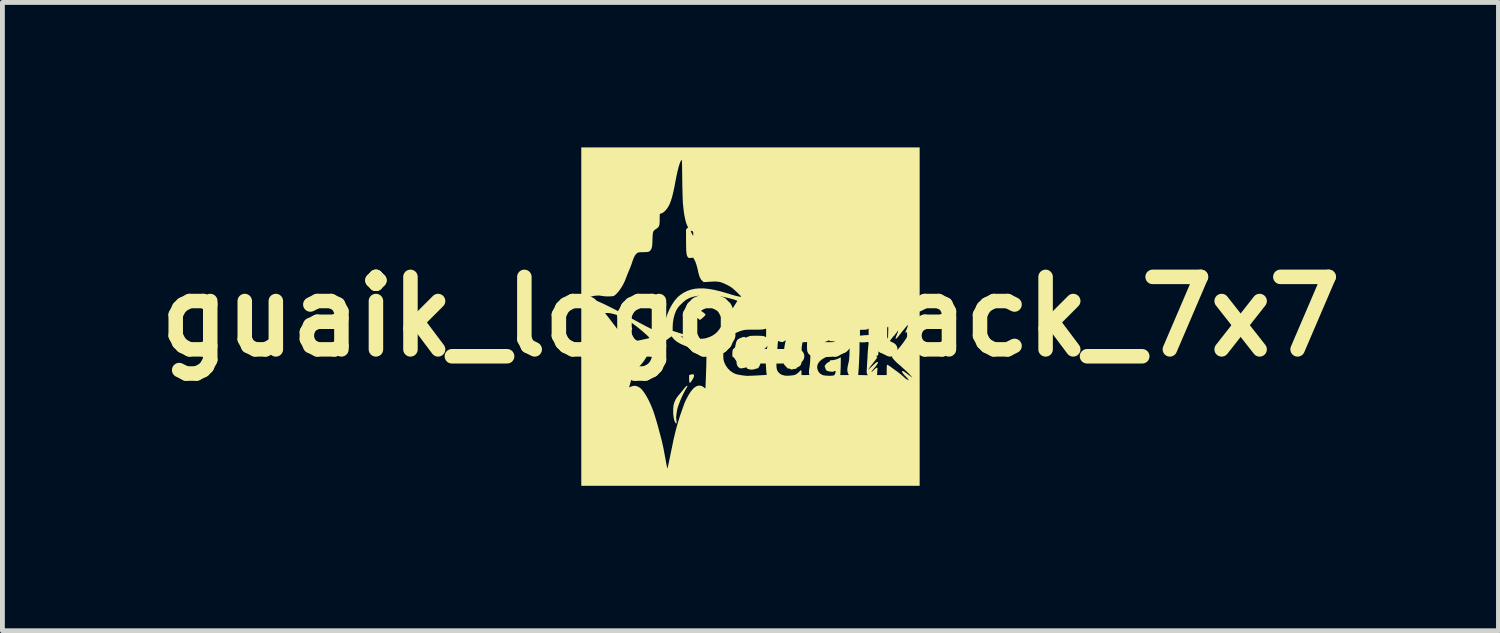
<source format=kicad_pcb>
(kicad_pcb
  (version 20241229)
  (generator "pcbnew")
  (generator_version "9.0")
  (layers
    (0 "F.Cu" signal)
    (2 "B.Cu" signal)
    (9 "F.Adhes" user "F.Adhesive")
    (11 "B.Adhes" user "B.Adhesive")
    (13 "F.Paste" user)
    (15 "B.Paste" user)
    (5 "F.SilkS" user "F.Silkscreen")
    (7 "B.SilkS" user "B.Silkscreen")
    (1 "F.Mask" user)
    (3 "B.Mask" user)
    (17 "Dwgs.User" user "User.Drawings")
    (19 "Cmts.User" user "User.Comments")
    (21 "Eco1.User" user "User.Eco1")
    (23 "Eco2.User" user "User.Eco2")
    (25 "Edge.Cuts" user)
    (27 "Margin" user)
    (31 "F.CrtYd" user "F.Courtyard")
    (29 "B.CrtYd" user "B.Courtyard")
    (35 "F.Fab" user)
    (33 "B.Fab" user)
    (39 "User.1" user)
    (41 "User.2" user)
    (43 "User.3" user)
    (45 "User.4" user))
  (footprint "guaik_logo_black_7x7"
    (layer "F.Cu")
    (at 12.479 3.501)
    (property "Reference" "guaik_logo_black_7x7" (at 0 0 0) (layer "F.SilkS") (effects (font (size 1.5 1.5) (thickness 0.3))))
    (attr board_only exclude_from_pos_files exclude_from_bom)
    (fp_poly (pts (xy -1.18 1.197) (xy -1.168 1.211) (xy -1.169 1.237) (xy -1.183 1.273) (xy -1.209 1.318) (xy -1.209 1.319) (xy -1.231 1.351) (xy -1.248 1.368) (xy -1.259 1.37) (xy -1.265 1.356) (xy -1.268 1.326) (xy -1.269 1.291) (xy -1.269 1.211) (xy -1.239 1.201) (xy -1.203 1.193)) (stroke (width 0) (type solid)) (fill yes) (layer "F.SilkS"))
    (fp_poly (pts (xy -2.529 0.186) (xy -2.507 0.196) (xy -2.482 0.21) (xy -2.461 0.226) (xy -2.449 0.239) (xy -2.449 0.252) (xy -2.459 0.27) (xy -2.476 0.287) (xy -2.493 0.297) (xy -2.501 0.298) (xy -2.516 0.301) (xy -2.521 0.307) (xy -2.527 0.315) (xy -2.541 0.313) (xy -2.561 0.302) (xy -2.582 0.283) (xy -2.584 0.281) (xy -2.601 0.261) (xy -2.613 0.245) (xy -2.615 0.239) (xy -2.608 0.229) (xy -2.592 0.214) (xy -2.571 0.199) (xy -2.551 0.187) (xy -2.544 0.184)) (stroke (width 0) (type solid)) (fill yes) (layer "F.SilkS"))
    (fp_poly (pts (xy -1.031 -0.123) (xy -1.01 -0.11) (xy -0.985 -0.093) (xy -0.961 -0.074) (xy -0.941 -0.056) (xy -0.93 -0.043) (xy -0.928 -0.04) (xy -0.934 -0.03) (xy -0.95 -0.012) (xy -0.972 0.01) (xy -0.996 0.032) (xy -1.019 0.051) (xy -1.037 0.064) (xy -1.045 0.068) (xy -1.058 0.062) (xy -1.067 0.051) (xy -1.085 0.037) (xy -1.105 0.034) (xy -1.126 0.03) (xy -1.145 0.016) (xy -1.155 0.004) (xy -1.178 -0.026) (xy -1.158 -0.048) (xy -1.135 -0.069) (xy -1.109 -0.09) (xy -1.082 -0.109) (xy -1.059 -0.123) (xy -1.045 -0.128)) (stroke (width 0) (type solid)) (fill yes) (layer "F.SilkS"))
    (fp_poly (pts (xy -1.306 1.433) (xy -1.305 1.442) (xy -1.313 1.459) (xy -1.327 1.483) (xy -1.356 1.533) (xy -1.388 1.594) (xy -1.42 1.662) (xy -1.45 1.732) (xy -1.477 1.8) (xy -1.499 1.862) (xy -1.511 1.904) (xy -1.518 1.934) (xy -1.524 1.971) (xy -1.53 2.01) (xy -1.535 2.048) (xy -1.537 2.08) (xy -1.538 2.102) (xy -1.537 2.107) (xy -1.535 2.12) (xy -1.532 2.145) (xy -1.53 2.166) (xy -1.528 2.197) (xy -1.532 2.212) (xy -1.54 2.212) (xy -1.554 2.195) (xy -1.555 2.194) (xy -1.574 2.155) (xy -1.587 2.102) (xy -1.596 2.033) (xy -1.599 1.997) (xy -1.599 1.909) (xy -1.591 1.832) (xy -1.571 1.764) (xy -1.541 1.701) (xy -1.498 1.641) (xy -1.486 1.627) (xy -1.458 1.594) (xy -1.426 1.555) (xy -1.394 1.516) (xy -1.383 1.501) (xy -1.359 1.472) (xy -1.337 1.449) (xy -1.322 1.434) (xy -1.315 1.431)) (stroke (width 0) (type solid)) (fill yes) (layer "F.SilkS"))
    (fp_poly (pts (xy 3.501 0) (xy 3.501 3.501) (xy 0 3.501) (xy -3.501 3.501) (xy -3.501 1.464) (xy -2.509 1.464) (xy -2.5 1.462) (xy -2.482 1.454) (xy -2.471 1.449) (xy -2.423 1.433) (xy -2.374 1.434) (xy -2.324 1.451) (xy -2.275 1.483) (xy -2.254 1.503) (xy -2.219 1.545) (xy -2.181 1.6) (xy -2.141 1.667) (xy -2.102 1.741) (xy -2.065 1.82) (xy -2.031 1.901) (xy -2.001 1.982) (xy -1.999 1.989) (xy -1.976 2.061) (xy -1.951 2.143) (xy -1.925 2.232) (xy -1.9 2.324) (xy -1.875 2.416) (xy -1.851 2.506) (xy -1.83 2.591) (xy -1.813 2.667) (xy -1.799 2.731) (xy -1.794 2.756) (xy -1.782 2.824) (xy -1.769 2.892) (xy -1.757 2.956) (xy -1.747 3.014) (xy -1.737 3.064) (xy -1.73 3.103) (xy -1.725 3.129) (xy -1.724 3.138) (xy -1.721 3.14) (xy -1.716 3.128) (xy -1.708 3.101) (xy -1.698 3.059) (xy -1.686 3.002) (xy -1.67 2.928) (xy -1.668 2.917) (xy -1.654 2.848) (xy -1.64 2.779) (xy -1.626 2.714) (xy -1.614 2.655) (xy -1.604 2.606) (xy -1.597 2.57) (xy -1.597 2.569) (xy -1.574 2.47) (xy -1.548 2.362) (xy -1.518 2.252) (xy -1.486 2.143) (xy -1.454 2.042) (xy -1.426 1.962) (xy -1.411 1.92) (xy -1.396 1.878) (xy -1.384 1.842) (xy -1.379 1.828) (xy -1.36 1.779) (xy -1.333 1.721) (xy -1.302 1.661) (xy -1.269 1.604) (xy -1.238 1.555) (xy -1.235 1.552) (xy -1.19 1.496) (xy -1.144 1.456) (xy -1.097 1.433) (xy -1.052 1.427) (xy -1.006 1.437) (xy -0.963 1.464) (xy -0.932 1.489) (xy -0.921 1.219) (xy -0.919 1.148) (xy -0.916 1.077) (xy -0.914 1.01) (xy -0.913 0.95) (xy -0.912 0.9) (xy -0.911 0.863) (xy -0.911 0.855) (xy -0.911 0.81) (xy -0.562 0.81) (xy -0.561 0.847) (xy -0.559 0.876) (xy -0.555 0.901) (xy -0.548 0.926) (xy -0.545 0.939) (xy -0.514 1.008) (xy -0.47 1.071) (xy -0.416 1.125) (xy -0.353 1.167) (xy -0.318 1.183) (xy -0.281 1.195) (xy -0.233 1.205) (xy -0.178 1.215) (xy -0.123 1.222) (xy -0.073 1.226) (xy -0.064 1.226) (xy -0.039 1.226) (xy -0.002 1.224) (xy 0.046 1.223) (xy 0.1 1.22) (xy 0.157 1.217) (xy 0.162 1.217) (xy 0.337 1.206) (xy 0.33 1.155) (xy 0.327 1.126) (xy 0.324 1.086) (xy 0.321 1.039) (xy 0.319 1.005) (xy 0.537 1.005) (xy 0.54 1.061) (xy 0.55 1.105) (xy 0.569 1.14) (xy 0.597 1.171) (xy 0.599 1.173) (xy 0.625 1.192) (xy 0.654 1.206) (xy 0.662 1.209) (xy 0.688 1.215) (xy 0.709 1.221) (xy 0.711 1.221) (xy 0.734 1.224) (xy 0.769 1.224) (xy 0.81 1.222) (xy 0.852 1.218) (xy 0.89 1.213) (xy 0.918 1.206) (xy 0.921 1.205) (xy 0.963 1.183) (xy 1.001 1.149) (xy 1.022 1.128) (xy 1.039 1.113) (xy 1.048 1.107) (xy 1.052 1.115) (xy 1.055 1.135) (xy 1.056 1.158) (xy 1.056 1.21) (xy 1.143 1.21) (xy 1.183 1.209) (xy 1.208 1.208) (xy 1.22 1.205) (xy 1.221 1.201) (xy 1.22 1.199) (xy 1.213 1.182) (xy 1.21 1.153) (xy 1.212 1.114) (xy 1.218 1.07) (xy 1.222 1.055) (xy 1.223 1.045) (xy 1.38 1.045) (xy 1.388 1.099) (xy 1.41 1.145) (xy 1.444 1.182) (xy 1.489 1.208) (xy 1.509 1.214) (xy 1.544 1.22) (xy 1.588 1.223) (xy 1.635 1.225) (xy 1.678 1.224) (xy 1.712 1.22) (xy 1.716 1.219) (xy 1.736 1.21) (xy 1.749 1.189) (xy 1.751 1.184) (xy 1.761 1.152) (xy 1.761 1.133) (xy 1.753 1.125) (xy 1.746 1.124) (xy 1.732 1.128) (xy 1.729 1.133) (xy 1.721 1.138) (xy 1.701 1.141) (xy 1.672 1.14) (xy 1.638 1.137) (xy 1.619 1.133) (xy 1.583 1.121) (xy 1.56 1.099) (xy 1.55 1.072) (xy 1.55 1.069) (xy 1.546 1.052) (xy 1.54 1.046) (xy 1.534 1.039) (xy 1.538 1.024) (xy 1.541 1.015) (xy 1.56 0.986) (xy 1.587 0.959) (xy 1.617 0.942) (xy 1.623 0.94) (xy 1.64 0.93) (xy 1.644 0.919) (xy 1.647 0.909) (xy 1.657 0.904) (xy 1.68 0.903) (xy 1.685 0.903) (xy 1.722 0.899) (xy 1.764 0.889) (xy 1.805 0.875) (xy 1.838 0.859) (xy 1.842 0.856) (xy 1.858 0.847) (xy 1.867 0.843) (xy 1.868 0.851) (xy 1.869 0.873) (xy 1.869 0.907) (xy 1.869 0.948) (xy 1.868 0.995) (xy 1.867 1.044) (xy 1.865 1.092) (xy 1.863 1.137) (xy 1.862 1.161) (xy 1.858 1.21) (xy 1.947 1.21) (xy 2.036 1.21) (xy 2.036 1.209) (xy 2.229 1.209) (xy 2.326 1.211) (xy 2.365 1.212) (xy 2.397 1.213) (xy 2.418 1.213) (xy 2.426 1.212) (xy 2.424 1.205) (xy 2.415 1.19) (xy 2.407 1.172) (xy 2.404 1.145) (xy 2.406 1.115) (xy 2.406 1.103) (xy 2.434 1.103) (xy 2.471 1.069) (xy 2.496 1.046) (xy 2.527 1.017) (xy 2.558 0.988) (xy 2.561 0.985) (xy 2.593 0.956) (xy 2.616 0.942) (xy 2.627 0.94) (xy 2.635 0.944) (xy 2.639 0.949) (xy 2.638 0.957) (xy 2.631 0.971) (xy 2.618 0.992) (xy 2.596 1.021) (xy 2.565 1.061) (xy 2.544 1.086) (xy 2.519 1.12) (xy 2.505 1.14) (xy 2.503 1.149) (xy 2.512 1.144) (xy 2.532 1.127) (xy 2.559 1.099) (xy 2.588 1.072) (xy 2.608 1.059) (xy 2.621 1.057) (xy 2.626 1.063) (xy 2.627 1.074) (xy 2.627 1.097) (xy 2.625 1.129) (xy 2.624 1.139) (xy 2.619 1.21) (xy 2.719 1.21) (xy 2.819 1.21) (xy 2.819 1.103) (xy 2.82 1.057) (xy 2.821 1.026) (xy 2.823 1.007) (xy 2.827 0.998) (xy 2.831 0.997) (xy 2.838 0.999) (xy 2.852 1.007) (xy 2.874 1.021) (xy 2.904 1.042) (xy 2.944 1.071) (xy 2.995 1.109) (xy 3.059 1.155) (xy 3.074 1.167) (xy 3.11 1.195) (xy 3.148 1.227) (xy 3.18 1.256) (xy 3.185 1.26) (xy 3.21 1.283) (xy 3.231 1.298) (xy 3.245 1.305) (xy 3.247 1.305) (xy 3.262 1.308) (xy 3.267 1.312) (xy 3.275 1.318) (xy 3.278 1.316) (xy 3.274 1.309) (xy 3.261 1.292) (xy 3.24 1.268) (xy 3.218 1.245) (xy 3.181 1.207) (xy 3.156 1.177) (xy 3.141 1.154) (xy 3.135 1.137) (xy 3.135 1.133) (xy 3.14 1.125) (xy 3.157 1.128) (xy 3.184 1.142) (xy 3.21 1.161) (xy 3.244 1.186) (xy 3.281 1.214) (xy 3.305 1.231) (xy 3.352 1.265) (xy 3.324 1.231) (xy 3.304 1.209) (xy 3.275 1.178) (xy 3.238 1.142) (xy 3.196 1.103) (xy 3.153 1.063) (xy 3.111 1.025) (xy 3.073 0.992) (xy 3.059 0.981) (xy 3.018 0.944) (xy 2.979 0.904) (xy 2.946 0.864) (xy 2.927 0.837) (xy 2.93 0.825) (xy 2.944 0.803) (xy 2.971 0.77) (xy 2.987 0.752) (xy 3.055 0.674) (xy 3.116 0.6) (xy 3.169 0.53) (xy 3.213 0.466) (xy 3.246 0.411) (xy 3.264 0.375) (xy 3.277 0.344) (xy 3.29 0.31) (xy 3.302 0.276) (xy 3.311 0.246) (xy 3.317 0.225) (xy 3.318 0.215) (xy 3.318 0.215) (xy 3.312 0.22) (xy 3.3 0.236) (xy 3.282 0.261) (xy 3.275 0.272) (xy 3.25 0.307) (xy 3.23 0.327) (xy 3.219 0.332) (xy 3.207 0.331) (xy 3.204 0.325) (xy 3.21 0.31) (xy 3.216 0.296) (xy 3.227 0.273) (xy 3.238 0.245) (xy 3.248 0.217) (xy 3.256 0.192) (xy 3.259 0.176) (xy 3.259 0.173) (xy 3.252 0.177) (xy 3.238 0.192) (xy 3.218 0.215) (xy 3.211 0.223) (xy 3.188 0.251) (xy 3.166 0.278) (xy 3.15 0.296) (xy 3.148 0.298) (xy 3.135 0.314) (xy 3.115 0.34) (xy 3.091 0.371) (xy 3.08 0.386) (xy 3.05 0.424) (xy 3.028 0.448) (xy 3.013 0.459) (xy 3.003 0.458) (xy 3.002 0.458) (xy 3.003 0.449) (xy 3.009 0.428) (xy 3.019 0.399) (xy 3.023 0.391) (xy 3.04 0.345) (xy 3.052 0.313) (xy 3.057 0.295) (xy 3.056 0.29) (xy 3.049 0.296) (xy 3.036 0.313) (xy 3.018 0.337) (xy 3.015 0.341) (xy 2.995 0.367) (xy 2.979 0.388) (xy 2.969 0.398) (xy 2.968 0.399) (xy 2.958 0.408) (xy 2.943 0.427) (xy 2.923 0.452) (xy 2.904 0.478) (xy 2.886 0.503) (xy 2.874 0.521) (xy 2.87 0.529) (xy 2.864 0.536) (xy 2.857 0.537) (xy 2.852 0.535) (xy 2.849 0.529) (xy 2.847 0.517) (xy 2.846 0.496) (xy 2.846 0.465) (xy 2.847 0.421) (xy 2.849 0.364) (xy 2.851 0.304) (xy 2.852 0.259) (xy 2.851 0.229) (xy 2.849 0.212) (xy 2.845 0.206) (xy 2.839 0.211) (xy 2.83 0.225) (xy 2.818 0.246) (xy 2.797 0.271) (xy 2.767 0.285) (xy 2.726 0.288) (xy 2.708 0.287) (xy 2.66 0.283) (xy 2.654 0.51) (xy 2.652 0.589) (xy 2.651 0.652) (xy 2.649 0.702) (xy 2.648 0.74) (xy 2.646 0.767) (xy 2.644 0.786) (xy 2.641 0.798) (xy 2.638 0.804) (xy 2.634 0.807) (xy 2.628 0.808) (xy 2.621 0.809) (xy 2.62 0.809) (xy 2.604 0.813) (xy 2.602 0.818) (xy 2.609 0.825) (xy 2.621 0.837) (xy 2.623 0.843) (xy 2.619 0.852) (xy 2.606 0.871) (xy 2.587 0.897) (xy 2.565 0.927) (xy 2.541 0.957) (xy 2.519 0.986) (xy 2.501 1.008) (xy 2.492 1.019) (xy 2.479 1.036) (xy 2.462 1.06) (xy 2.456 1.069) (xy 2.434 1.103) (xy 2.406 1.103) (xy 2.407 1.089) (xy 2.41 1.05) (xy 2.412 1.002) (xy 2.415 0.947) (xy 2.418 0.89) (xy 2.419 0.886) (xy 2.422 0.827) (xy 2.425 0.768) (xy 2.429 0.713) (xy 2.433 0.666) (xy 2.436 0.633) (xy 2.441 0.587) (xy 2.444 0.557) (xy 2.443 0.538) (xy 2.438 0.528) (xy 2.426 0.525) (xy 2.408 0.527) (xy 2.387 0.53) (xy 2.351 0.533) (xy 2.316 0.534) (xy 2.293 0.533) (xy 2.257 0.528) (xy 2.257 0.641) (xy 2.256 0.699) (xy 2.254 0.77) (xy 2.251 0.849) (xy 2.247 0.933) (xy 2.243 1.016) (xy 2.238 1.095) (xy 2.235 1.134) (xy 2.229 1.209) (xy 2.036 1.209) (xy 2.022 1.183) (xy 2.009 1.145) (xy 2.004 1.101) (xy 2.009 1.048) (xy 2.022 0.983) (xy 2.023 0.98) (xy 2.031 0.948) (xy 2.037 0.92) (xy 2.041 0.891) (xy 2.044 0.858) (xy 2.047 0.818) (xy 2.049 0.768) (xy 2.05 0.705) (xy 2.051 0.696) (xy 2.052 0.641) (xy 2.052 0.592) (xy 2.053 0.551) (xy 2.052 0.521) (xy 2.052 0.505) (xy 2.051 0.503) (xy 2.041 0.506) (xy 2.023 0.514) (xy 2.02 0.516) (xy 1.995 0.524) (xy 1.964 0.526) (xy 1.94 0.525) (xy 1.911 0.523) (xy 1.871 0.52) (xy 1.823 0.517) (xy 1.773 0.515) (xy 1.76 0.514) (xy 1.709 0.512) (xy 1.672 0.509) (xy 1.648 0.506) (xy 1.634 0.502) (xy 1.63 0.497) (xy 1.622 0.49) (xy 1.615 0.494) (xy 1.6 0.502) (xy 1.577 0.512) (xy 1.567 0.515) (xy 1.54 0.527) (xy 1.519 0.539) (xy 1.514 0.543) (xy 1.496 0.566) (xy 1.481 0.598) (xy 1.474 0.629) (xy 1.474 0.635) (xy 1.476 0.649) (xy 1.485 0.651) (xy 1.494 0.648) (xy 1.511 0.643) (xy 1.541 0.638) (xy 1.578 0.633) (xy 1.607 0.63) (xy 1.647 0.625) (xy 1.682 0.619) (xy 1.708 0.613) (xy 1.718 0.608) (xy 1.747 0.598) (xy 1.778 0.599) (xy 1.804 0.611) (xy 1.806 0.613) (xy 1.824 0.626) (xy 1.84 0.63) (xy 1.858 0.638) (xy 1.869 0.659) (xy 1.872 0.69) (xy 1.87 0.711) (xy 1.864 0.737) (xy 1.851 0.756) (xy 1.829 0.772) (xy 1.796 0.785) (xy 1.761 0.796) (xy 1.727 0.806) (xy 1.695 0.817) (xy 1.677 0.824) (xy 1.642 0.832) (xy 1.613 0.833) (xy 1.587 0.833) (xy 1.56 0.84) (xy 1.533 0.853) (xy 1.47 0.892) (xy 1.424 0.934) (xy 1.394 0.98) (xy 1.381 1.029) (xy 1.38 1.045) (xy 1.223 1.045) (xy 1.225 1.03) (xy 1.229 0.991) (xy 1.234 0.939) (xy 1.237 0.878) (xy 1.241 0.809) (xy 1.243 0.758) (xy 1.246 0.694) (xy 1.248 0.636) (xy 1.251 0.584) (xy 1.253 0.542) (xy 1.254 0.511) (xy 1.255 0.495) (xy 1.256 0.494) (xy 1.256 0.483) (xy 1.255 0.487) (xy 1.246 0.504) (xy 1.23 0.515) (xy 1.203 0.523) (xy 1.161 0.527) (xy 1.151 0.528) (xy 1.078 0.532) (xy 1.071 0.566) (xy 1.063 0.615) (xy 1.059 0.659) (xy 1.059 0.697) (xy 1.063 0.723) (xy 1.065 0.729) (xy 1.072 0.757) (xy 1.07 0.79) (xy 1.066 0.82) (xy 1.062 0.858) (xy 1.058 0.906) (xy 1.054 0.964) (xy 1.043 0.996) (xy 1.021 1.024) (xy 0.99 1.042) (xy 0.982 1.045) (xy 0.964 1.054) (xy 0.956 1.066) (xy 0.949 1.077) (xy 0.931 1.081) (xy 0.919 1.082) (xy 0.893 1.084) (xy 0.872 1.091) (xy 0.87 1.092) (xy 0.854 1.097) (xy 0.837 1.091) (xy 0.832 1.088) (xy 0.806 1.077) (xy 0.784 1.073) (xy 0.766 1.071) (xy 0.758 1.065) (xy 0.758 1.064) (xy 0.752 1.054) (xy 0.738 1.036) (xy 0.724 1.022) (xy 0.702 0.999) (xy 0.692 0.98) (xy 0.692 0.961) (xy 0.699 0.94) (xy 0.708 0.899) (xy 0.707 0.853) (xy 0.699 0.814) (xy 0.693 0.782) (xy 0.692 0.736) (xy 0.696 0.68) (xy 0.704 0.616) (xy 0.715 0.561) (xy 0.73 0.487) (xy 0.703 0.507) (xy 0.672 0.524) (xy 0.64 0.527) (xy 0.603 0.516) (xy 0.602 0.516) (xy 0.572 0.503) (xy 0.567 0.539) (xy 0.564 0.565) (xy 0.561 0.604) (xy 0.557 0.654) (xy 0.553 0.711) (xy 0.549 0.771) (xy 0.545 0.832) (xy 0.542 0.89) (xy 0.539 0.941) (xy 0.538 0.982) (xy 0.537 1.005) (xy 0.319 1.005) (xy 0.319 0.991) (xy 0.319 0.988) (xy 0.317 0.95) (xy 0.317 0.917) (xy 0.317 0.884) (xy 0.319 0.85) (xy 0.323 0.811) (xy 0.328 0.764) (xy 0.336 0.707) (xy 0.346 0.635) (xy 0.346 0.635) (xy 0.35 0.601) (xy 0.333 0.628) (xy 0.313 0.651) (xy 0.289 0.669) (xy 0.288 0.669) (xy 0.264 0.678) (xy 0.227 0.686) (xy 0.183 0.693) (xy 0.135 0.699) (xy 0.087 0.702) (xy 0.07 0.702) (xy 0.026 0.703) (xy 0.026 0.734) (xy 0.023 0.762) (xy 0.017 0.787) (xy 0.017 0.788) (xy 0.012 0.804) (xy 0.016 0.808) (xy 0.02 0.807) (xy 0.034 0.803) (xy 0.06 0.8) (xy 0.091 0.796) (xy 0.15 0.79) (xy 0.177 0.821) (xy 0.202 0.861) (xy 0.212 0.909) (xy 0.208 0.961) (xy 0.19 1.016) (xy 0.182 1.032) (xy 0.165 1.058) (xy 0.15 1.071) (xy 0.14 1.073) (xy 0.12 1.076) (xy 0.095 1.085) (xy 0.088 1.087) (xy 0.058 1.095) (xy 0.024 1.097) (xy -0.011 1.095) (xy -0.042 1.087) (xy -0.065 1.077) (xy -0.076 1.063) (xy -0.077 1.059) (xy -0.082 1.05) (xy -0.089 1.051) (xy -0.104 1.055) (xy -0.129 1.061) (xy -0.151 1.066) (xy -0.182 1.071) (xy -0.204 1.071) (xy -0.222 1.066) (xy -0.226 1.064) (xy -0.254 1.042) (xy -0.275 1.009) (xy -0.287 0.97) (xy -0.288 0.945) (xy -0.287 0.925) (xy -0.291 0.909) (xy -0.301 0.894) (xy -0.32 0.873) (xy -0.33 0.864) (xy -0.375 0.821) (xy -0.375 0.764) (xy -0.372 0.718) (xy -0.365 0.685) (xy -0.352 0.665) (xy -0.338 0.657) (xy -0.327 0.65) (xy -0.32 0.637) (xy -0.313 0.613) (xy -0.309 0.589) (xy -0.299 0.542) (xy -0.287 0.507) (xy -0.27 0.481) (xy -0.245 0.461) (xy -0.21 0.444) (xy -0.16 0.426) (xy -0.158 0.426) (xy -0.136 0.42) (xy -0.123 0.42) (xy -0.116 0.427) (xy -0.11 0.433) (xy -0.099 0.434) (xy -0.079 0.427) (xy -0.056 0.418) (xy -0.035 0.41) (xy -0.016 0.404) (xy 0.005 0.4) (xy 0.031 0.398) (xy 0.066 0.397) (xy 0.114 0.396) (xy 0.128 0.396) (xy 0.183 0.397) (xy 0.224 0.399) (xy 0.254 0.401) (xy 0.276 0.405) (xy 0.292 0.411) (xy 0.324 0.425) (xy 0.324 0.394) (xy 2.266 0.394) (xy 2.323 0.389) (xy 2.359 0.386) (xy 2.392 0.384) (xy 2.413 0.383) (xy 2.445 0.383) (xy 2.445 0.315) (xy 2.445 0.246) (xy 2.426 0.259) (xy 2.407 0.267) (xy 2.377 0.271) (xy 2.336 0.273) (xy 2.266 0.273) (xy 2.266 0.333) (xy 2.266 0.394) (xy 0.324 0.394) (xy 0.324 0.337) (xy 0.324 0.25) (xy 0.279 0.261) (xy 0.253 0.266) (xy 0.215 0.269) (xy 0.165 0.271) (xy 0.099 0.271) (xy 0.064 0.271) (xy 0.003 0.271) (xy -0.044 0.271) (xy -0.08 0.273) (xy -0.11 0.275) (xy -0.135 0.279) (xy -0.159 0.284) (xy -0.172 0.288) (xy -0.22 0.303) (xy -0.27 0.323) (xy -0.315 0.346) (xy -0.352 0.368) (xy -0.366 0.378) (xy -0.421 0.428) (xy -0.463 0.476) (xy -0.497 0.524) (xy -0.521 0.566) (xy -0.558 0.642) (xy -0.561 0.76) (xy -0.562 0.81) (xy -0.911 0.81) (xy -0.911 0.761) (xy -1.029 0.725) (xy -1.092 0.704) (xy -1.16 0.68) (xy -1.231 0.654) (xy -1.299 0.627) (xy -1.363 0.601) (xy -1.418 0.577) (xy -1.462 0.556) (xy -1.476 0.548) (xy -1.533 0.512) (xy -1.579 0.473) (xy -1.611 0.436) (xy -1.632 0.408) (xy -1.694 0.453) (xy -1.725 0.475) (xy -1.751 0.494) (xy -1.77 0.508) (xy -1.774 0.511) (xy -1.789 0.517) (xy -1.812 0.521) (xy -1.847 0.523) (xy -1.884 0.524) (xy -1.926 0.524) (xy -1.953 0.526) (xy -1.968 0.528) (xy -1.975 0.533) (xy -1.976 0.537) (xy -1.98 0.55) (xy -1.992 0.574) (xy -2.01 0.607) (xy -2.031 0.646) (xy -2.055 0.687) (xy -2.08 0.728) (xy -2.103 0.766) (xy -2.124 0.797) (xy -2.136 0.813) (xy -2.155 0.84) (xy -2.17 0.863) (xy -2.178 0.877) (xy -2.179 0.877) (xy -2.187 0.891) (xy -2.202 0.914) (xy -2.222 0.941) (xy -2.244 0.969) (xy -2.264 0.993) (xy -2.279 1.009) (xy -2.295 1.027) (xy -2.316 1.05) (xy -2.338 1.076) (xy -2.359 1.101) (xy -2.375 1.122) (xy -2.384 1.135) (xy -2.385 1.137) (xy -2.39 1.146) (xy -2.402 1.164) (xy -2.411 1.175) (xy -2.424 1.195) (xy -2.438 1.224) (xy -2.453 1.264) (xy -2.469 1.318) (xy -2.474 1.334) (xy -2.487 1.378) (xy -2.497 1.415) (xy -2.505 1.444) (xy -2.508 1.46) (xy -2.509 1.464) (xy -3.501 1.464) (xy -3.501 0.708) (xy -2.396 0.708) (xy -2.388 0.715) (xy -2.366 0.724) (xy -2.362 0.725) (xy -2.337 0.734) (xy -2.318 0.739) (xy -2.312 0.74) (xy -2.303 0.735) (xy -2.285 0.719) (xy -2.26 0.695) (xy -2.229 0.666) (xy -2.214 0.651) (xy -2.125 0.56) (xy -2.253 0.626) (xy -2.296 0.648) (xy -2.334 0.668) (xy -2.365 0.685) (xy -2.386 0.697) (xy -2.392 0.701) (xy -2.396 0.708) (xy -3.501 0.708) (xy -3.501 0) (xy -3.501 -0.072) (xy -3.009 -0.072) (xy -2.959 -0.009) (xy -2.941 0.014) (xy -2.915 0.048) (xy -2.882 0.091) (xy -2.844 0.141) (xy -2.802 0.196) (xy -2.758 0.254) (xy -2.735 0.285) (xy -2.685 0.352) (xy -2.645 0.405) (xy -2.612 0.448) (xy -2.587 0.481) (xy -2.568 0.505) (xy -2.554 0.522) (xy -2.544 0.533) (xy -2.538 0.539) (xy -2.533 0.542) (xy -2.53 0.542) (xy -2.527 0.541) (xy -2.516 0.538) (xy -2.491 0.533) (xy -2.454 0.524) (xy -2.408 0.514) (xy -2.354 0.503) (xy -2.313 0.494) (xy -2.255 0.482) (xy -2.203 0.47) (xy -2.159 0.461) (xy -2.124 0.453) (xy -2.102 0.448) (xy -2.095 0.446) (xy -2.094 0.44) (xy -2.103 0.425) (xy -2.126 0.402) (xy -2.128 0.4) (xy -1.446 0.4) (xy -1.441 0.405) (xy -1.426 0.417) (xy -1.405 0.433) (xy -1.38 0.452) (xy -1.356 0.47) (xy -1.336 0.484) (xy -1.324 0.493) (xy -1.322 0.494) (xy -1.313 0.49) (xy -1.296 0.482) (xy -1.293 0.481) (xy -1.277 0.471) (xy -1.27 0.465) (xy -1.271 0.464) (xy -1.279 0.46) (xy -1.3 0.452) (xy -1.329 0.441) (xy -1.361 0.43) (xy -1.393 0.418) (xy -1.421 0.408) (xy -1.44 0.402) (xy -1.446 0.4) (xy -2.128 0.4) (xy -2.146 0.382) (xy -2.25 0.29) (xy -2.353 0.207) (xy -2.452 0.133) (xy -2.547 0.071) (xy -2.636 0.021) (xy -2.717 -0.016) (xy -2.719 -0.017) (xy -2.779 -0.038) (xy -2.837 -0.055) (xy -2.892 -0.067) (xy -2.939 -0.074) (xy -2.97 -0.075) (xy -3.009 -0.072) (xy -3.501 -0.072) (xy -3.501 -0.381) (xy -3.354 -0.381) (xy -3.34 -0.375) (xy -3.32 -0.371) (xy -3.279 -0.361) (xy -3.225 -0.343) (xy -3.157 -0.316) (xy -3.078 -0.281) (xy -2.987 -0.238) (xy -2.886 -0.188) (xy -2.775 -0.131) (xy -2.655 -0.068) (xy -2.527 0.001) (xy -2.394 0.075) (xy -2.301 0.126) (xy -2.212 0.173) (xy -2.13 0.216) (xy -2.054 0.253) (xy -1.986 0.285) (xy -1.928 0.31) (xy -1.88 0.328) (xy -1.846 0.338) (xy -1.83 0.34) (xy -1.812 0.337) (xy -1.804 0.323) (xy -1.802 0.317) (xy -1.799 0.298) (xy -1.799 0.295) (xy -1.61 0.295) (xy -1.442 0.349) (xy -1.364 0.374) (xy -1.3 0.394) (xy -1.249 0.41) (xy -1.209 0.423) (xy -1.178 0.432) (xy -1.154 0.439) (xy -1.135 0.445) (xy -1.12 0.448) (xy -1.112 0.45) (xy -1.057 0.458) (xy -0.995 0.458) (xy -0.934 0.45) (xy -0.922 0.447) (xy -0.84 0.42) (xy -0.766 0.382) (xy -0.713 0.341) (xy -0.692 0.321) (xy -0.671 0.296) (xy -0.647 0.266) (xy -0.62 0.228) (xy -0.589 0.18) (xy -0.551 0.121) (xy -0.517 0.067) (xy -0.497 0.034) (xy -0.47 -0.009) (xy -0.438 -0.059) (xy -0.405 -0.112) (xy -0.372 -0.164) (xy -0.37 -0.166) (xy -0.342 -0.212) (xy -0.316 -0.252) (xy -0.295 -0.286) (xy -0.281 -0.311) (xy -0.273 -0.324) (xy -0.273 -0.325) (xy -0.281 -0.331) (xy -0.302 -0.34) (xy -0.336 -0.351) (xy -0.378 -0.363) (xy -0.426 -0.376) (xy -0.479 -0.389) (xy -0.532 -0.401) (xy -0.584 -0.412) (xy -0.632 -0.421) (xy -0.664 -0.426) (xy -0.744 -0.435) (xy -0.829 -0.44) (xy -0.914 -0.441) (xy -0.993 -0.439) (xy -1.063 -0.433) (xy -1.087 -0.43) (xy -1.165 -0.415) (xy -1.231 -0.397) (xy -1.288 -0.372) (xy -1.34 -0.341) (xy -1.392 -0.299) (xy -1.434 -0.259) (xy -1.471 -0.222) (xy -1.497 -0.19) (xy -1.518 -0.159) (xy -1.537 -0.125) (xy -1.541 -0.117) (xy -1.568 -0.046) (xy -1.59 0.034) (xy -1.604 0.12) (xy -1.61 0.205) (xy -1.61 0.215) (xy -1.61 0.295) (xy -1.799 0.295) (xy -1.795 0.267) (xy -1.79 0.232) (xy -1.789 0.226) (xy -1.772 0.124) (xy -1.745 0.023) (xy -1.709 -0.077) (xy -1.667 -0.171) (xy -1.618 -0.258) (xy -1.565 -0.335) (xy -1.508 -0.4) (xy -1.458 -0.443) (xy -1.386 -0.492) (xy -1.311 -0.53) (xy -1.232 -0.558) (xy -1.147 -0.576) (xy -1.057 -0.584) (xy -0.959 -0.583) (xy -0.852 -0.571) (xy -0.735 -0.55) (xy -0.607 -0.518) (xy -0.466 -0.477) (xy -0.439 -0.469) (xy -0.376 -0.449) (xy -0.318 -0.433) (xy -0.267 -0.421) (xy -0.226 -0.412) (xy -0.197 -0.409) (xy -0.195 -0.409) (xy -0.193 -0.413) (xy -0.203 -0.428) (xy -0.226 -0.451) (xy -0.261 -0.486) (xy -0.27 -0.495) (xy -0.313 -0.535) (xy -0.347 -0.566) (xy -0.375 -0.589) (xy -0.399 -0.607) (xy -0.424 -0.623) (xy -0.452 -0.639) (xy -0.486 -0.656) (xy -0.498 -0.662) (xy -0.546 -0.685) (xy -0.588 -0.702) (xy -0.628 -0.714) (xy -0.669 -0.722) (xy -0.715 -0.725) (xy -0.769 -0.725) (xy -0.836 -0.721) (xy -0.86 -0.72) (xy -0.967 -0.713) (xy -0.995 -0.737) (xy -1.02 -0.763) (xy -1.041 -0.798) (xy -1.06 -0.845) (xy -1.077 -0.905) (xy -1.085 -0.942) (xy -1.103 -1.019) (xy -1.121 -1.082) (xy -1.139 -1.133) (xy -1.16 -1.175) (xy -1.164 -1.182) (xy -1.186 -1.22) (xy -1.231 -1.214) (xy -1.259 -1.212) (xy -1.276 -1.214) (xy -1.288 -1.222) (xy -1.294 -1.227) (xy -1.304 -1.242) (xy -1.313 -1.261) (xy -1.32 -1.286) (xy -1.325 -1.32) (xy -1.329 -1.363) (xy -1.331 -1.419) (xy -1.332 -1.487) (xy -1.333 -1.571) (xy -1.333 -1.574) (xy -1.333 -1.77) (xy -1.236 -1.77) (xy -1.229 -1.752) (xy -1.217 -1.726) (xy -1.203 -1.699) (xy -1.192 -1.679) (xy -1.187 -1.67) (xy -1.186 -1.669) (xy -1.185 -1.677) (xy -1.184 -1.697) (xy -1.184 -1.715) (xy -1.185 -1.743) (xy -1.19 -1.759) (xy -1.198 -1.765) (xy -1.199 -1.765) (xy -1.22 -1.773) (xy -1.229 -1.776) (xy -1.236 -1.777) (xy -1.236 -1.77) (xy -1.333 -1.77) (xy -1.333 -1.807) (xy -1.312 -1.825) (xy -1.29 -1.844) (xy -1.309 -1.882) (xy -1.331 -1.938) (xy -1.35 -2.01) (xy -1.368 -2.098) (xy -1.383 -2.201) (xy -1.395 -2.317) (xy -1.398 -2.347) (xy -1.4 -2.38) (xy -1.402 -2.429) (xy -1.404 -2.49) (xy -1.406 -2.56) (xy -1.408 -2.638) (xy -1.41 -2.721) (xy -1.411 -2.806) (xy -1.412 -2.862) (xy -1.413 -2.954) (xy -1.414 -3.031) (xy -1.415 -3.094) (xy -1.416 -3.144) (xy -1.417 -3.182) (xy -1.418 -3.209) (xy -1.42 -3.228) (xy -1.422 -3.238) (xy -1.424 -3.243) (xy -1.427 -3.242) (xy -1.428 -3.241) (xy -1.448 -3.207) (xy -1.468 -3.156) (xy -1.489 -3.088) (xy -1.51 -3.003) (xy -1.532 -2.901) (xy -1.55 -2.811) (xy -1.57 -2.701) (xy -1.59 -2.607) (xy -1.609 -2.526) (xy -1.627 -2.457) (xy -1.646 -2.398) (xy -1.665 -2.347) (xy -1.685 -2.302) (xy -1.687 -2.299) (xy -1.717 -2.248) (xy -1.752 -2.203) (xy -1.789 -2.167) (xy -1.825 -2.142) (xy -1.859 -2.13) (xy -1.866 -2.13) (xy -1.871 -2.127) (xy -1.875 -2.119) (xy -1.877 -2.101) (xy -1.878 -2.073) (xy -1.879 -2.03) (xy -1.879 -2.021) (xy -1.879 -1.963) (xy -1.882 -1.92) (xy -1.888 -1.887) (xy -1.899 -1.862) (xy -1.914 -1.843) (xy -1.936 -1.825) (xy -1.947 -1.818) (xy -1.972 -1.801) (xy -1.991 -1.786) (xy -2.005 -1.769) (xy -2.014 -1.749) (xy -2.02 -1.721) (xy -2.024 -1.684) (xy -2.026 -1.634) (xy -2.028 -1.593) (xy -2.029 -1.537) (xy -2.032 -1.494) (xy -2.035 -1.463) (xy -2.038 -1.439) (xy -2.044 -1.42) (xy -2.05 -1.404) (xy -2.065 -1.376) (xy -2.081 -1.357) (xy -2.102 -1.344) (xy -2.131 -1.337) (xy -2.171 -1.334) (xy -2.214 -1.333) (xy -2.259 -1.333) (xy -2.291 -1.331) (xy -2.313 -1.328) (xy -2.33 -1.322) (xy -2.342 -1.316) (xy -2.367 -1.295) (xy -2.391 -1.263) (xy -2.414 -1.218) (xy -2.437 -1.158) (xy -2.444 -1.137) (xy -2.457 -1.098) (xy -2.469 -1.063) (xy -2.479 -1.037) (xy -2.483 -1.026) (xy -2.493 -1.002) (xy -2.507 -0.968) (xy -2.524 -0.928) (xy -2.541 -0.886) (xy -2.557 -0.846) (xy -2.57 -0.812) (xy -2.58 -0.787) (xy -2.582 -0.779) (xy -2.605 -0.724) (xy -2.634 -0.666) (xy -2.667 -0.609) (xy -2.703 -0.555) (xy -2.74 -0.507) (xy -2.776 -0.468) (xy -2.809 -0.439) (xy -2.832 -0.426) (xy -2.853 -0.422) (xy -2.886 -0.419) (xy -2.927 -0.418) (xy -2.971 -0.418) (xy -3.013 -0.42) (xy -3.048 -0.424) (xy -3.066 -0.427) (xy -3.134 -0.436) (xy -3.206 -0.433) (xy -3.278 -0.42) (xy -3.333 -0.4) (xy -3.351 -0.389) (xy -3.354 -0.381) (xy -3.501 -0.381) (xy -3.501 -3.501) (xy 0 -3.501) (xy 3.501 -3.501)) (stroke (width 0) (type solid)) (fill yes) (layer "F.SilkS")))
  (gr_rect
    (start -3 -3)
    (end 27.957 10.002)
    (stroke (width 0.1) (type default))
    (fill no)
    (layer "Edge.Cuts")))
</source>
